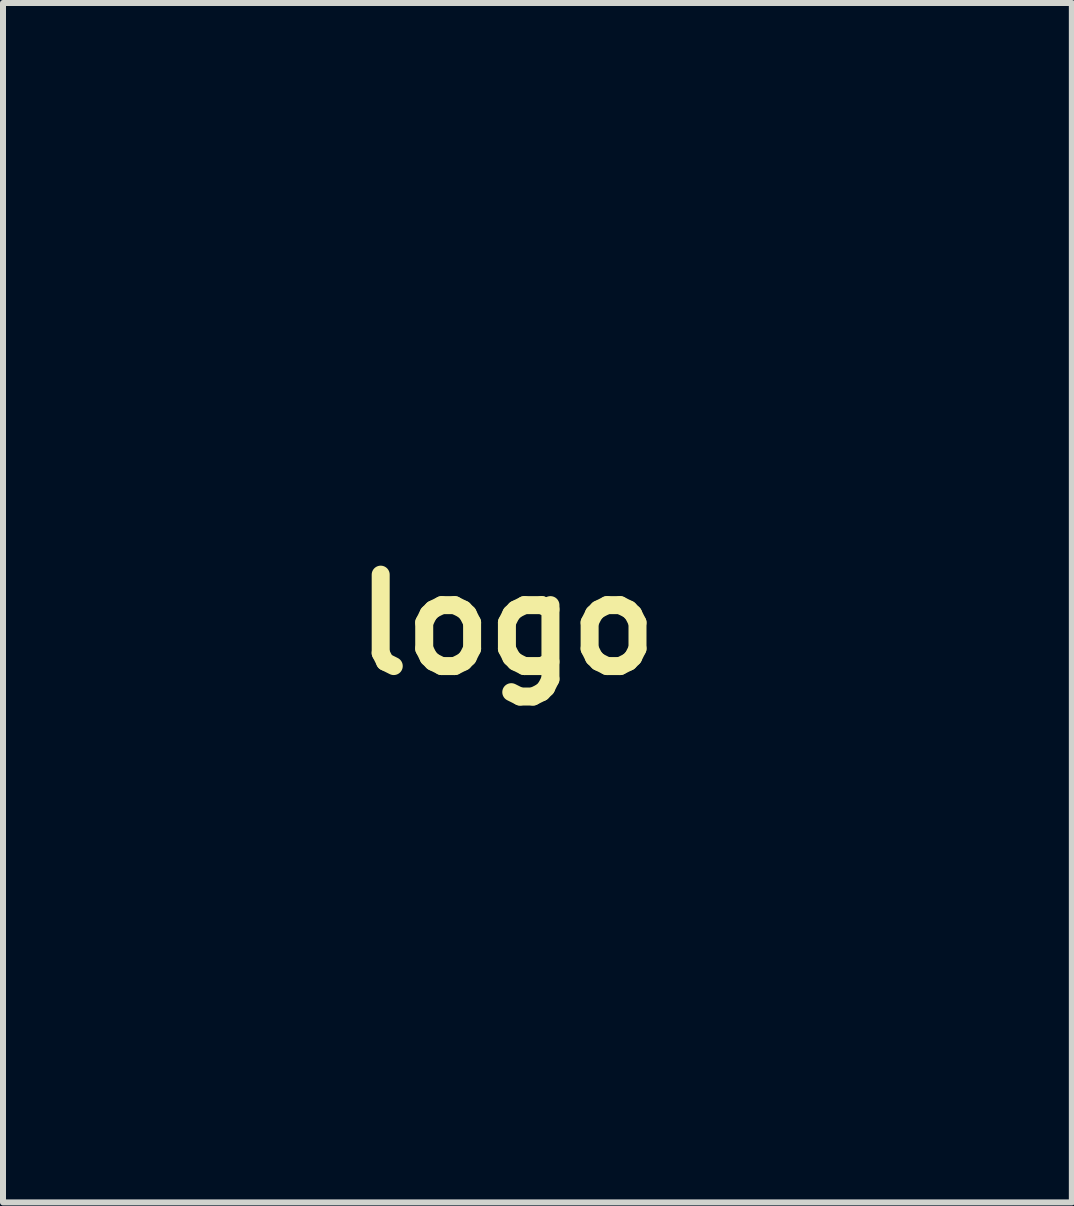
<source format=kicad_pcb>
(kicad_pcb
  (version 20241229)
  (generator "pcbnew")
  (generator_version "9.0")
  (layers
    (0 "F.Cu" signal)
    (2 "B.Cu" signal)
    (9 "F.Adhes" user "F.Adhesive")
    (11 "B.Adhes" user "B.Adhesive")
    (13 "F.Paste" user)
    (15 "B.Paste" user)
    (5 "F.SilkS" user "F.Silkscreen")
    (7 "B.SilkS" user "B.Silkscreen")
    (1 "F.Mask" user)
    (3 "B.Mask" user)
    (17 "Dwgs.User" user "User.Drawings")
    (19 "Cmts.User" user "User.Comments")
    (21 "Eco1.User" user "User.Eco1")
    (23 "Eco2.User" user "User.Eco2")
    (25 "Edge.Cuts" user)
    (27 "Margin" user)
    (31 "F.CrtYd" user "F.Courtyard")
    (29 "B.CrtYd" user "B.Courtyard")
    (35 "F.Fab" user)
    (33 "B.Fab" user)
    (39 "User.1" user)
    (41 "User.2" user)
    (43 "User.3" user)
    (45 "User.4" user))
  (footprint "logo"
    (layer "F.Cu")
    (at 5.402 7.366)
    (property "Reference" "logo" (at 0 0 0) (layer "F.SilkS") (effects (font (size 1.524 1.524) (thickness 0.3))))
    (attr through_hole)
    (fp_poly (pts (xy -5.18 3.331) (xy -5.18 3.332) (xy -5.146 3.384) (xy -5.089 3.467) (xy -5.016 3.569) (xy -4.933 3.682) (xy -4.849 3.794) (xy -4.771 3.896) (xy -4.728 3.95) (xy -4.605 4.093) (xy -4.452 4.256) (xy -4.28 4.43) (xy -4.098 4.605) (xy -3.917 4.77) (xy -3.747 4.915) (xy -3.652 4.991) (xy -3.177 5.327) (xy -2.678 5.62) (xy -2.159 5.868) (xy -1.623 6.071) (xy -1.074 6.228) (xy -0.514 6.339) (xy 0.053 6.402) (xy 0.624 6.416) (xy 1.195 6.382) (xy 1.622 6.323) (xy 2.19 6.201) (xy 2.743 6.033) (xy 3.277 5.82) (xy 3.79 5.564) (xy 4.278 5.268) (xy 4.739 4.933) (xy 5.169 4.561) (xy 5.566 4.154) (xy 5.927 3.714) (xy 6.016 3.592) (xy 6.083 3.496) (xy 6.14 3.414) (xy 6.181 3.355) (xy 6.195 3.332) (xy 6.217 3.316) (xy 6.258 3.327) (xy 6.307 3.353) (xy 6.348 3.378) (xy 6.373 3.401) (xy 6.38 3.429) (xy 6.366 3.47) (xy 6.329 3.531) (xy 6.267 3.62) (xy 6.197 3.719) (xy 5.837 4.18) (xy 5.441 4.607) (xy 5.011 4.998) (xy 4.551 5.352) (xy 4.063 5.666) (xy 3.55 5.939) (xy 3.015 6.17) (xy 2.461 6.357) (xy 1.891 6.498) (xy 1.307 6.591) (xy 1.187 6.602) (xy 1.032 6.611) (xy 0.853 6.618) (xy 0.661 6.623) (xy 0.467 6.626) (xy 0.28 6.627) (xy 0.114 6.625) (xy -0.023 6.62) (xy -0.114 6.613) (xy -0.491 6.563) (xy -0.825 6.507) (xy -1.123 6.443) (xy -1.143 6.438) (xy -1.722 6.269) (xy -2.279 6.056) (xy -2.812 5.798) (xy -3.318 5.498) (xy -3.798 5.156) (xy -4.248 4.773) (xy -4.667 4.35) (xy -5.054 3.889) (xy -5.21 3.68) (xy -5.278 3.584) (xy -5.334 3.503) (xy -5.371 3.446) (xy -5.385 3.422) (xy -5.365 3.401) (xy -5.316 3.366) (xy -5.293 3.351) (xy -5.233 3.317) (xy -5.2 3.311) (xy -5.18 3.331)) (stroke (width 0.01) (type solid)) (fill yes) (layer "F.Mask"))
    (fp_poly (pts (xy 0.673 -7.358) (xy 0.946 -7.35) (xy 1.181 -7.337) (xy 1.393 -7.318) (xy 1.594 -7.291) (xy 1.798 -7.255) (xy 2.02 -7.207) (xy 2.121 -7.184) (xy 2.691 -7.022) (xy 3.244 -6.814) (xy 3.776 -6.561) (xy 4.284 -6.266) (xy 4.765 -5.929) (xy 5.217 -5.553) (xy 5.636 -5.14) (xy 5.816 -4.939) (xy 5.893 -4.847) (xy 5.979 -4.739) (xy 6.07 -4.623) (xy 6.16 -4.505) (xy 6.243 -4.394) (xy 6.314 -4.296) (xy 6.367 -4.219) (xy 6.396 -4.17) (xy 6.401 -4.158) (xy 6.381 -4.138) (xy 6.332 -4.102) (xy 6.309 -4.087) (xy 6.249 -4.054) (xy 6.216 -4.048) (xy 6.196 -4.068) (xy 6.196 -4.069) (xy 6.162 -4.121) (xy 6.105 -4.203) (xy 6.032 -4.306) (xy 5.949 -4.418) (xy 5.865 -4.53) (xy 5.787 -4.632) (xy 5.744 -4.686) (xy 5.621 -4.829) (xy 5.468 -4.993) (xy 5.296 -5.167) (xy 5.114 -5.341) (xy 4.933 -5.506) (xy 4.763 -5.652) (xy 4.668 -5.728) (xy 4.189 -6.066) (xy 3.689 -6.36) (xy 3.17 -6.608) (xy 2.635 -6.81) (xy 2.087 -6.966) (xy 1.53 -7.075) (xy 0.965 -7.137) (xy 0.396 -7.151) (xy -0.174 -7.117) (xy -0.743 -7.035) (xy -1.308 -6.903) (xy -1.829 -6.736) (xy -2.071 -6.639) (xy -2.336 -6.52) (xy -2.607 -6.387) (xy -2.87 -6.246) (xy -3.108 -6.107) (xy -3.226 -6.032) (xy -3.653 -5.723) (xy -4.058 -5.383) (xy -4.432 -5.017) (xy -4.769 -4.632) (xy -5.062 -4.236) (xy -5.121 -4.151) (xy -5.169 -4.085) (xy -5.2 -4.047) (xy -5.207 -4.042) (xy -5.235 -4.054) (xy -5.288 -4.085) (xy -5.302 -4.094) (xy -5.338 -4.117) (xy -5.36 -4.139) (xy -5.364 -4.168) (xy -5.348 -4.21) (xy -5.31 -4.273) (xy -5.246 -4.364) (xy -5.181 -4.455) (xy -4.824 -4.912) (xy -4.429 -5.337) (xy -3.999 -5.728) (xy -3.539 -6.083) (xy -3.051 -6.399) (xy -2.538 -6.674) (xy -2.005 -6.907) (xy -1.454 -7.094) (xy -0.924 -7.226) (xy -0.633 -7.281) (xy -0.357 -7.321) (xy -0.079 -7.347) (xy 0.213 -7.36) (xy 0.535 -7.361) (xy 0.673 -7.358)) (stroke (width 0.01) (type solid)) (fill yes) (layer "F.Mask"))
    (fp_poly (pts (xy 0.586 -6.283) (xy 0.645 -6.238) (xy 0.698 -6.156) (xy 0.746 -6.034) (xy 0.792 -5.866) (xy 0.798 -5.842) (xy 0.829 -5.704) (xy 0.859 -5.542) (xy 0.89 -5.353) (xy 0.921 -5.135) (xy 0.954 -4.887) (xy 0.987 -4.605) (xy 1.022 -4.288) (xy 1.059 -3.933) (xy 1.097 -3.539) (xy 1.138 -3.103) (xy 1.181 -2.624) (xy 1.226 -2.098) (xy 1.274 -1.524) (xy 1.281 -1.435) (xy 1.332 -0.826) (xy 1.379 -0.266) (xy 1.422 0.249) (xy 1.462 0.72) (xy 1.5 1.151) (xy 1.534 1.544) (xy 1.567 1.9) (xy 1.597 2.224) (xy 1.625 2.516) (xy 1.651 2.78) (xy 1.677 3.019) (xy 1.7 3.233) (xy 1.723 3.427) (xy 1.746 3.603) (xy 1.768 3.762) (xy 1.789 3.908) (xy 1.811 4.043) (xy 1.833 4.169) (xy 1.855 4.284) (xy 1.876 4.392) (xy 1.892 4.481) (xy 1.903 4.54) (xy 1.905 4.557) (xy 1.924 4.572) (xy 1.928 4.572) (xy 1.941 4.548) (xy 1.96 4.481) (xy 1.984 4.377) (xy 2.011 4.243) (xy 2.04 4.086) (xy 2.07 3.914) (xy 2.099 3.732) (xy 2.126 3.548) (xy 2.132 3.505) (xy 2.16 3.289) (xy 2.192 3.022) (xy 2.229 2.705) (xy 2.269 2.338) (xy 2.314 1.921) (xy 2.363 1.453) (xy 2.416 0.935) (xy 2.464 0.457) (xy 2.522 -0.119) (xy 2.576 -0.646) (xy 2.627 -1.127) (xy 2.676 -1.564) (xy 2.721 -1.958) (xy 2.765 -2.312) (xy 2.806 -2.628) (xy 2.846 -2.908) (xy 2.884 -3.154) (xy 2.922 -3.369) (xy 2.958 -3.553) (xy 2.995 -3.71) (xy 3.031 -3.841) (xy 3.068 -3.949) (xy 3.105 -4.036) (xy 3.143 -4.103) (xy 3.183 -4.153) (xy 3.187 -4.158) (xy 3.273 -4.223) (xy 3.354 -4.24) (xy 3.436 -4.206) (xy 3.492 -4.158) (xy 3.536 -4.105) (xy 3.578 -4.031) (xy 3.62 -3.934) (xy 3.662 -3.81) (xy 3.705 -3.658) (xy 3.749 -3.473) (xy 3.796 -3.254) (xy 3.845 -2.997) (xy 3.898 -2.7) (xy 3.955 -2.359) (xy 4.017 -1.973) (xy 4.052 -1.753) (xy 4.121 -1.307) (xy 4.185 -0.908) (xy 4.243 -0.553) (xy 4.297 -0.24) (xy 4.346 0.036) (xy 4.392 0.277) (xy 4.435 0.486) (xy 4.476 0.667) (xy 4.515 0.822) (xy 4.553 0.955) (xy 4.59 1.068) (xy 4.628 1.165) (xy 4.64 1.194) (xy 4.702 1.333) (xy 4.762 1.265) (xy 4.8 1.204) (xy 4.853 1.095) (xy 4.919 0.938) (xy 4.999 0.734) (xy 5.092 0.482) (xy 5.17 0.267) (xy 5.277 -0.019) (xy 5.381 -0.257) (xy 5.481 -0.447) (xy 5.58 -0.593) (xy 5.68 -0.696) (xy 5.781 -0.757) (xy 5.886 -0.779) (xy 5.996 -0.763) (xy 6.027 -0.753) (xy 6.104 -0.713) (xy 6.196 -0.651) (xy 6.276 -0.586) (xy 6.413 -0.461) (xy 6.32 -0.366) (xy 6.226 -0.271) (xy 6.122 -0.365) (xy 6.027 -0.445) (xy 5.954 -0.488) (xy 5.895 -0.498) (xy 5.84 -0.479) (xy 5.831 -0.473) (xy 5.782 -0.422) (xy 5.722 -0.326) (xy 5.652 -0.19) (xy 5.573 -0.017) (xy 5.488 0.188) (xy 5.399 0.422) (xy 5.345 0.572) (xy 5.249 0.836) (xy 5.163 1.054) (xy 5.085 1.23) (xy 5.013 1.368) (xy 4.946 1.47) (xy 4.88 1.54) (xy 4.813 1.582) (xy 4.744 1.599) (xy 4.724 1.6) (xy 4.652 1.591) (xy 4.585 1.561) (xy 4.522 1.509) (xy 4.461 1.432) (xy 4.403 1.328) (xy 4.347 1.193) (xy 4.291 1.027) (xy 4.235 0.825) (xy 4.178 0.587) (xy 4.12 0.309) (xy 4.059 -0.011) (xy 3.995 -0.375) (xy 3.927 -0.786) (xy 3.887 -1.041) (xy 3.823 -1.445) (xy 3.767 -1.802) (xy 3.716 -2.116) (xy 3.671 -2.392) (xy 3.631 -2.632) (xy 3.595 -2.84) (xy 3.562 -3.021) (xy 3.532 -3.178) (xy 3.504 -3.314) (xy 3.477 -3.434) (xy 3.451 -3.541) (xy 3.425 -3.639) (xy 3.399 -3.73) (xy 3.343 -3.919) (xy 3.308 -3.82) (xy 3.276 -3.717) (xy 3.243 -3.591) (xy 3.21 -3.438) (xy 3.176 -3.257) (xy 3.141 -3.046) (xy 3.104 -2.803) (xy 3.066 -2.524) (xy 3.026 -2.21) (xy 2.983 -1.856) (xy 2.938 -1.461) (xy 2.89 -1.023) (xy 2.839 -0.539) (xy 2.785 -0.009) (xy 2.756 0.279) (xy 2.698 0.855) (xy 2.644 1.382) (xy 2.594 1.862) (xy 2.547 2.299) (xy 2.503 2.693) (xy 2.462 3.047) (xy 2.423 3.363) (xy 2.386 3.644) (xy 2.35 3.891) (xy 2.316 4.106) (xy 2.282 4.292) (xy 2.25 4.451) (xy 2.217 4.584) (xy 2.184 4.695) (xy 2.15 4.784) (xy 2.116 4.855) (xy 2.08 4.909) (xy 2.043 4.949) (xy 2.004 4.976) (xy 1.974 4.989) (xy 1.913 5) (xy 1.855 4.977) (xy 1.835 4.963) (xy 1.797 4.929) (xy 1.761 4.883) (xy 1.726 4.824) (xy 1.692 4.749) (xy 1.66 4.657) (xy 1.628 4.544) (xy 1.597 4.41) (xy 1.566 4.253) (xy 1.535 4.069) (xy 1.504 3.858) (xy 1.472 3.616) (xy 1.439 3.343) (xy 1.404 3.036) (xy 1.369 2.693) (xy 1.331 2.313) (xy 1.292 1.892) (xy 1.25 1.429) (xy 1.206 0.923) (xy 1.159 0.37) (xy 1.108 -0.231) (xy 1.092 -0.432) (xy 1.044 -1.002) (xy 1 -1.524) (xy 0.96 -2.002) (xy 0.922 -2.436) (xy 0.888 -2.832) (xy 0.856 -3.19) (xy 0.826 -3.514) (xy 0.798 -3.807) (xy 0.772 -4.072) (xy 0.747 -4.31) (xy 0.723 -4.526) (xy 0.701 -4.721) (xy 0.678 -4.899) (xy 0.657 -5.061) (xy 0.635 -5.212) (xy 0.613 -5.354) (xy 0.595 -5.459) (xy 0.566 -5.629) (xy 0.543 -5.75) (xy 0.524 -5.82) (xy 0.506 -5.84) (xy 0.489 -5.81) (xy 0.469 -5.73) (xy 0.445 -5.6) (xy 0.421 -5.459) (xy 0.398 -5.323) (xy 0.377 -5.182) (xy 0.355 -5.033) (xy 0.334 -4.872) (xy 0.312 -4.698) (xy 0.29 -4.507) (xy 0.267 -4.296) (xy 0.243 -4.063) (xy 0.217 -3.804) (xy 0.19 -3.518) (xy 0.161 -3.2) (xy 0.129 -2.848) (xy 0.095 -2.459) (xy 0.058 -2.031) (xy 0.018 -1.56) (xy -0.025 -1.044) (xy -0.064 -0.573) (xy -0.114 0.022) (xy -0.16 0.569) (xy -0.204 1.07) (xy -0.244 1.527) (xy -0.282 1.943) (xy -0.318 2.321) (xy -0.351 2.662) (xy -0.383 2.969) (xy -0.414 3.244) (xy -0.442 3.49) (xy -0.47 3.709) (xy -0.497 3.903) (xy -0.524 4.076) (xy -0.55 4.228) (xy -0.576 4.363) (xy -0.587 4.413) (xy -0.627 4.585) (xy -0.663 4.715) (xy -0.7 4.812) (xy -0.74 4.884) (xy -0.78 4.934) (xy -0.859 4.991) (xy -0.938 4.998) (xy -1.011 4.964) (xy -1.047 4.933) (xy -1.082 4.89) (xy -1.116 4.833) (xy -1.148 4.76) (xy -1.18 4.67) (xy -1.211 4.558) (xy -1.242 4.425) (xy -1.274 4.266) (xy -1.306 4.08) (xy -1.339 3.864) (xy -1.374 3.617) (xy -1.41 3.337) (xy -1.449 3.02) (xy -1.49 2.665) (xy -1.534 2.269) (xy -1.581 1.83) (xy -1.631 1.347) (xy -1.686 0.816) (xy -1.714 0.533) (xy -1.768 0.009) (xy -1.817 -0.467) (xy -1.862 -0.899) (xy -1.904 -1.289) (xy -1.943 -1.639) (xy -1.979 -1.954) (xy -2.012 -2.235) (xy -2.044 -2.486) (xy -2.074 -2.71) (xy -2.104 -2.909) (xy -2.132 -3.087) (xy -2.159 -3.245) (xy -2.187 -3.388) (xy -2.215 -3.518) (xy -2.244 -3.638) (xy -2.265 -3.718) (xy -2.292 -3.815) (xy -2.309 -3.87) (xy -2.323 -3.887) (xy -2.336 -3.875) (xy -2.35 -3.844) (xy -2.378 -3.766) (xy -2.408 -3.662) (xy -2.442 -3.529) (xy -2.478 -3.364) (xy -2.518 -3.165) (xy -2.562 -2.929) (xy -2.61 -2.654) (xy -2.664 -2.338) (xy -2.723 -1.977) (xy -2.788 -1.57) (xy -2.819 -1.372) (xy -2.891 -0.92) (xy -2.958 -0.516) (xy -3.02 -0.158) (xy -3.077 0.158) (xy -3.132 0.434) (xy -3.184 0.673) (xy -3.234 0.878) (xy -3.282 1.05) (xy -3.33 1.194) (xy -3.378 1.311) (xy -3.426 1.403) (xy -3.475 1.475) (xy -3.522 1.524) (xy -3.624 1.586) (xy -3.727 1.599) (xy -3.83 1.563) (xy -3.926 1.48) (xy -3.982 1.404) (xy -4.024 1.334) (xy -4.066 1.252) (xy -4.111 1.154) (xy -4.162 1.032) (xy -4.22 0.879) (xy -4.29 0.691) (xy -4.356 0.508) (xy -4.448 0.256) (xy -4.528 0.048) (xy -4.599 -0.12) (xy -4.663 -0.253) (xy -4.72 -0.355) (xy -4.741 -0.387) (xy -4.801 -0.46) (xy -4.86 -0.496) (xy -4.924 -0.493) (xy -5.002 -0.45) (xy -5.103 -0.367) (xy -5.109 -0.362) (xy -5.21 -0.271) (xy -5.397 -0.46) (xy -5.265 -0.583) (xy -5.123 -0.696) (xy -4.99 -0.761) (xy -4.864 -0.777) (xy -4.745 -0.745) (xy -4.63 -0.663) (xy -4.519 -0.532) (xy -4.411 -0.351) (xy -4.372 -0.274) (xy -4.323 -0.164) (xy -4.262 -0.019) (xy -4.196 0.147) (xy -4.13 0.321) (xy -4.077 0.469) (xy -3.983 0.727) (xy -3.903 0.936) (xy -3.835 1.098) (xy -3.779 1.212) (xy -3.736 1.281) (xy -3.722 1.295) (xy -3.695 1.305) (xy -3.668 1.283) (xy -3.635 1.225) (xy -3.598 1.145) (xy -3.561 1.046) (xy -3.524 0.926) (xy -3.485 0.782) (xy -3.445 0.611) (xy -3.402 0.411) (xy -3.356 0.178) (xy -3.306 -0.091) (xy -3.253 -0.398) (xy -3.194 -0.747) (xy -3.13 -1.14) (xy -3.061 -1.581) (xy -3.06 -1.587) (xy -2.996 -1.989) (xy -2.939 -2.343) (xy -2.887 -2.653) (xy -2.839 -2.924) (xy -2.796 -3.158) (xy -2.756 -3.359) (xy -2.719 -3.53) (xy -2.683 -3.675) (xy -2.649 -3.797) (xy -2.615 -3.899) (xy -2.581 -3.986) (xy -2.564 -4.022) (xy -2.491 -4.144) (xy -2.412 -4.216) (xy -2.329 -4.241) (xy -2.246 -4.219) (xy -2.166 -4.15) (xy -2.092 -4.037) (xy -2.028 -3.88) (xy -2.022 -3.859) (xy -1.99 -3.748) (xy -1.958 -3.623) (xy -1.928 -3.484) (xy -1.897 -3.327) (xy -1.866 -3.15) (xy -1.834 -2.95) (xy -1.801 -2.723) (xy -1.767 -2.468) (xy -1.731 -2.183) (xy -1.693 -1.863) (xy -1.653 -1.506) (xy -1.61 -1.111) (xy -1.563 -0.673) (xy -1.513 -0.191) (xy -1.46 0.339) (xy -1.448 0.457) (xy -1.396 0.968) (xy -1.349 1.431) (xy -1.305 1.85) (xy -1.265 2.228) (xy -1.227 2.567) (xy -1.192 2.872) (xy -1.159 3.144) (xy -1.128 3.388) (xy -1.099 3.607) (xy -1.071 3.803) (xy -1.043 3.979) (xy -1.015 4.139) (xy -0.99 4.278) (xy -0.967 4.387) (xy -0.945 4.476) (xy -0.927 4.536) (xy -0.919 4.552) (xy -0.904 4.54) (xy -0.883 4.487) (xy -0.861 4.403) (xy -0.855 4.376) (xy -0.827 4.233) (xy -0.799 4.07) (xy -0.77 3.885) (xy -0.741 3.677) (xy -0.711 3.442) (xy -0.68 3.18) (xy -0.647 2.886) (xy -0.614 2.56) (xy -0.578 2.199) (xy -0.541 1.801) (xy -0.501 1.363) (xy -0.459 0.883) (xy -0.414 0.36) (xy -0.367 -0.21) (xy -0.317 -0.813) (xy -0.266 -1.434) (xy -0.218 -2.006) (xy -0.173 -2.532) (xy -0.13 -3.013) (xy -0.09 -3.452) (xy -0.051 -3.849) (xy -0.015 -4.208) (xy 0.02 -4.531) (xy 0.054 -4.818) (xy 0.086 -5.073) (xy 0.117 -5.297) (xy 0.148 -5.493) (xy 0.179 -5.662) (xy 0.209 -5.806) (xy 0.24 -5.928) (xy 0.27 -6.029) (xy 0.302 -6.111) (xy 0.32 -6.15) (xy 0.371 -6.236) (xy 0.423 -6.282) (xy 0.491 -6.298) (xy 0.516 -6.298) (xy 0.586 -6.283)) (stroke (width 0.01) (type solid)) (fill yes) (layer "F.Mask")))
  (gr_rect
    (start -3 -3)
    (end 14.821 16.998)
    (stroke (width 0.1) (type default))
    (fill no)
    (layer "Edge.Cuts")))
</source>
